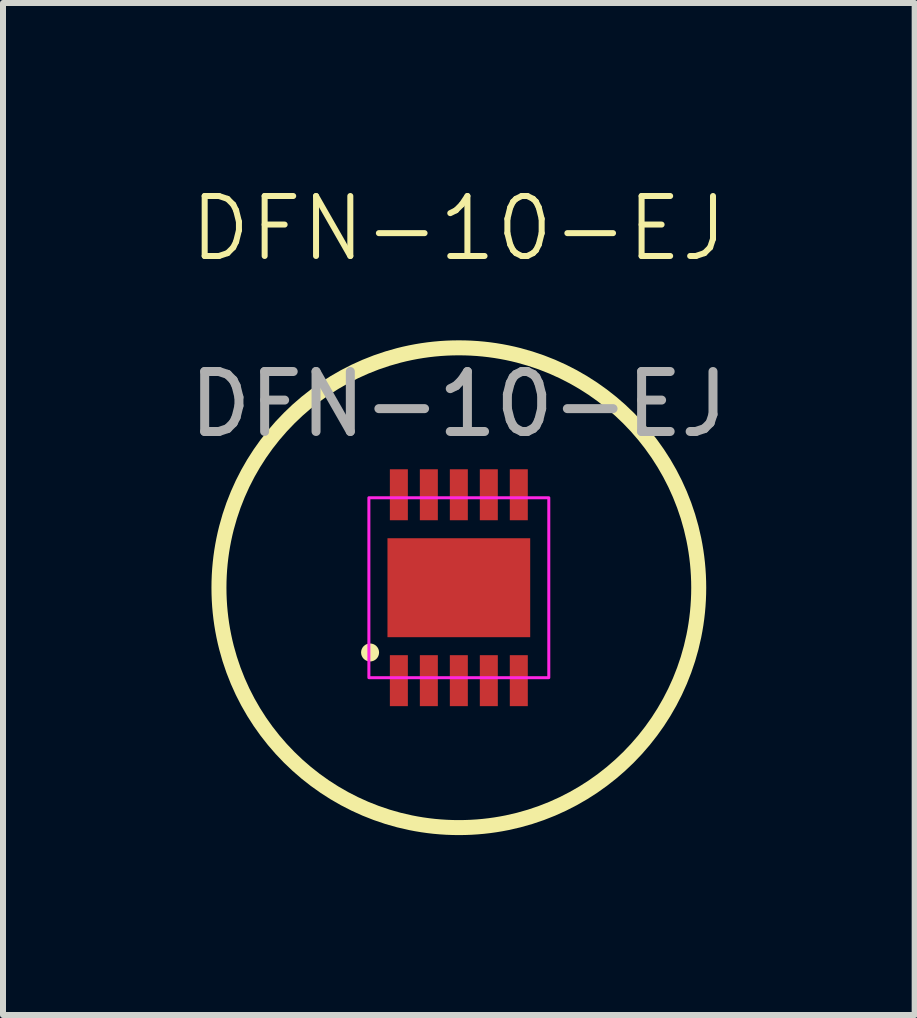
<source format=kicad_pcb>
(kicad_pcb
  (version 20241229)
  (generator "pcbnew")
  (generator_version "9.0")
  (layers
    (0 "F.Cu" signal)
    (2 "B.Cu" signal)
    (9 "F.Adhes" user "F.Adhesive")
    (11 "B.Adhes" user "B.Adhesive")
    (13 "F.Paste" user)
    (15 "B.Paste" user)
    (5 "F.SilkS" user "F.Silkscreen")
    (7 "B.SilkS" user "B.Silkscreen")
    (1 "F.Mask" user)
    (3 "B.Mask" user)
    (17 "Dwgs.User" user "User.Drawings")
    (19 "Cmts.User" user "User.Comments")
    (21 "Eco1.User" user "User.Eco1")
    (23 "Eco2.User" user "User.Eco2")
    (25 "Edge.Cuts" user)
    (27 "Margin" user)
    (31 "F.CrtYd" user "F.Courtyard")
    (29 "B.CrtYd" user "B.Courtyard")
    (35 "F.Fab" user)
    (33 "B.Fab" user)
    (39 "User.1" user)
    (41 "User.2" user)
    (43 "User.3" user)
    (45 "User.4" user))
  (footprint "DFN-10-EJ"
    (layer "F.Cu")
    (at 4.601 6.75)
    (property "Reference" "DFN-10-EJ" (at 0 -5.989 0) (unlocked yes) (layer "F.SilkS") (effects (font (size 1 1) (thickness 0.1))))
    (attr smd)
    (fp_circle (center -1.48 1.08) (end -1.38 1.08) (stroke (width 0.1) (type solid)) (fill yes) (layer "F.SilkS"))
    (fp_circle (center 0 0) (end 4 0) (stroke (width 0.25) (type solid)) (fill no) (layer "F.SilkS"))
    (fp_rect (start -1.5 -1.5) (end 1.5 1.5) (stroke (width 0.05) (type default)) (fill no) (layer "F.CrtYd"))
    (fp_text user "${REFERENCE}" (at 0 -3.06 0) (unlocked yes) (layer "F.Fab") (effects (font (size 1 1) (thickness 0.15))))
    (pad "1" smd rect (at -1 1.55) (size 0.3 0.85) (layers "F.Cu" "F.Mask" "F.Paste"))
    (pad "2" smd rect (at -0.5 1.55) (size 0.3 0.85) (layers "F.Cu" "F.Mask" "F.Paste"))
    (pad "3" smd rect (at 0 1.55) (size 0.3 0.85) (layers "F.Cu" "F.Mask" "F.Paste"))
    (pad "4" smd rect (at 0.5 1.55) (size 0.3 0.85) (layers "F.Cu" "F.Mask" "F.Paste"))
    (pad "5" smd rect (at 1 1.55) (size 0.3 0.85) (layers "F.Cu" "F.Mask" "F.Paste"))
    (pad "6" smd rect (at 1 -1.55) (size 0.3 0.85) (layers "F.Cu" "F.Mask" "F.Paste"))
    (pad "7" smd rect (at 0.5 -1.55) (size 0.3 0.85) (layers "F.Cu" "F.Mask" "F.Paste"))
    (pad "8" smd rect (at 0 -1.55) (size 0.3 0.85) (layers "F.Cu" "F.Mask" "F.Paste"))
    (pad "9" smd rect (at -0.5 -1.55) (size 0.3 0.85) (layers "F.Cu" "F.Mask" "F.Paste"))
    (pad "10" smd rect (at -1 -1.55) (size 0.3 0.85) (layers "F.Cu" "F.Mask" "F.Paste"))
    (pad "11" smd rect (at 0 0) (size 2.38 1.65) (layers "F.Cu" "F.Mask" "F.Paste")))
  (gr_rect
    (start -3 -3)
    (end 12.202 13.875)
    (stroke (width 0.1) (type default))
    (fill no)
    (layer "Edge.Cuts")))
</source>
